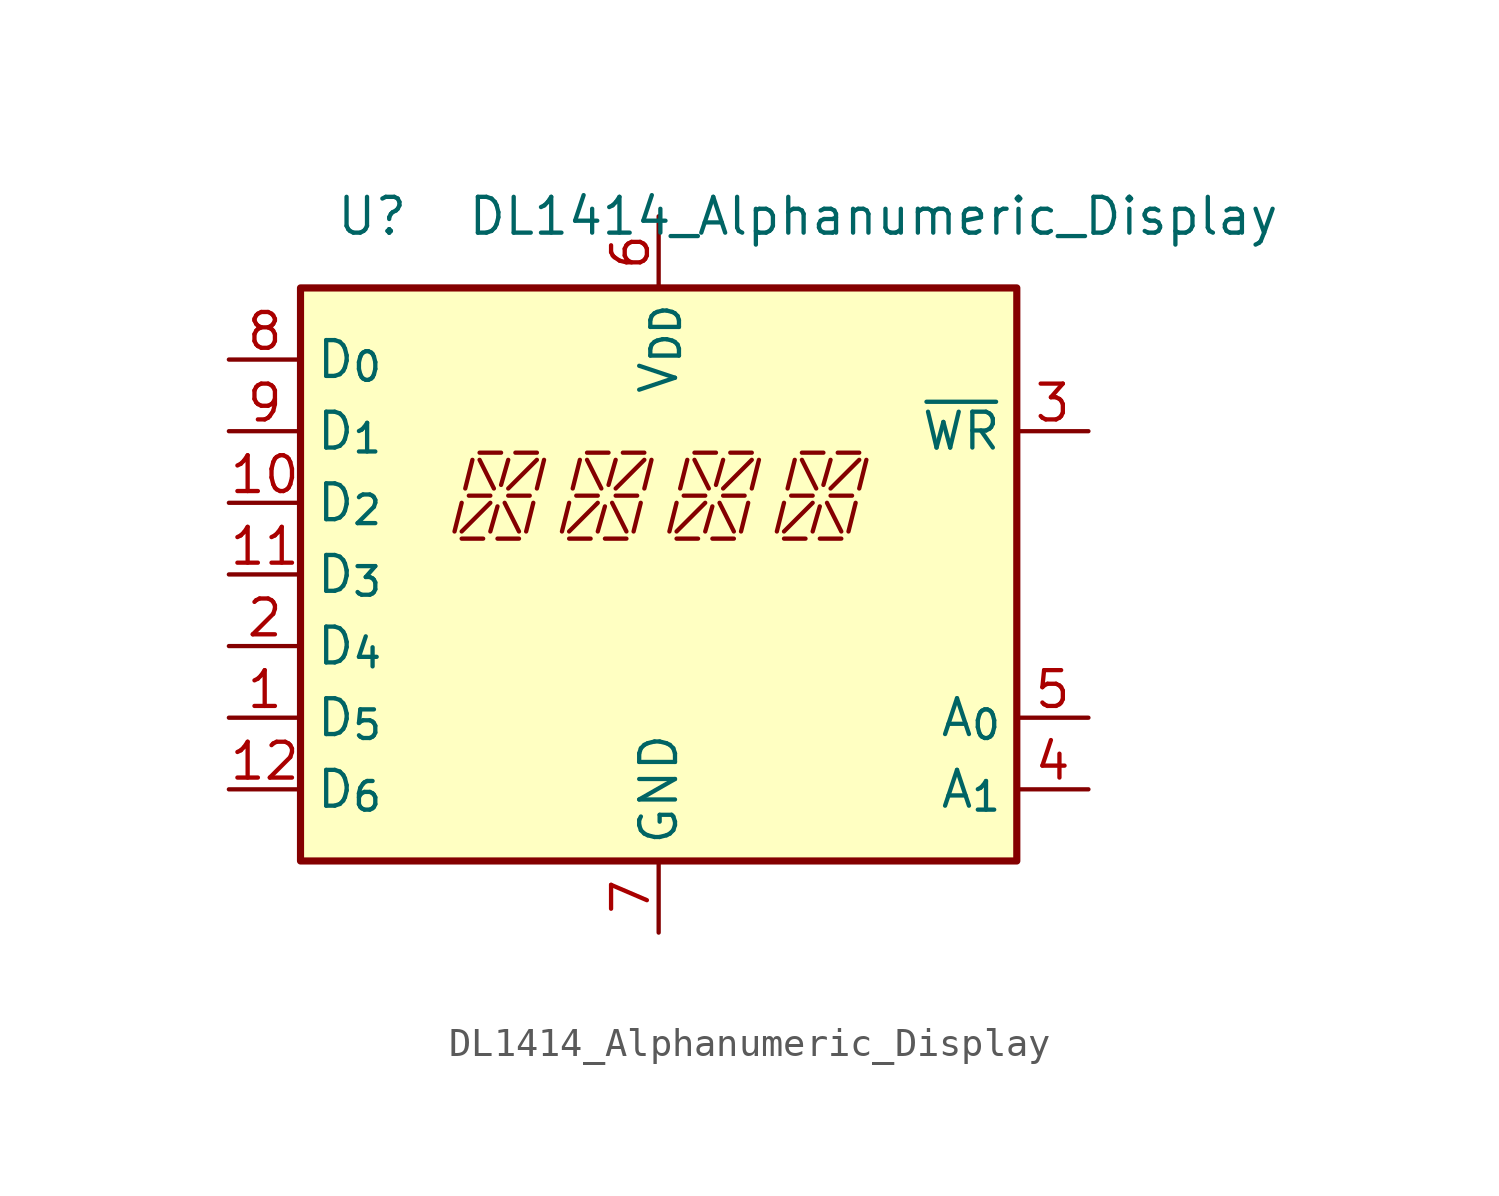
<source format=kicad_sym>
(kicad_symbol_lib
  (version 20241209)
  (generator "kicad_symbol_editor")
  (generator_version "9.0")
  (symbol "DL1414_Alphanumeric_Display"
    (property "Reference" "U"
      (at 0 0 0)
      (effects (font (size 1.27 1.27))))
    (property "Value" "DL1414_Alphanumeric_Display"
      (at 17.78 0 0)
      (effects (font (size 1.27 1.27))))
    (symbol "DL1414_Alphanumeric_Display_1_1"
      (rectangle (start -2.54 -2.54) (end 22.86 -22.86) (stroke (width 0.254) (type solid)) (fill (type background)))
      (polyline (pts (xy 3.175 -10.16) (xy 2.921 -11.176)) (stroke (width 0) (type default)) (fill (type none)))
      (polyline (pts (xy 3.175 -11.176) (xy 4.191 -10.16)) (stroke (width 0) (type default)) (fill (type none)))
      (polyline (pts (xy 3.175 -11.43) (xy 3.937 -11.43)) (stroke (width 0) (type default)) (fill (type none)))
      (polyline (pts (xy 3.429 -9.906) (xy 4.191 -9.906)) (stroke (width 0) (type default)) (fill (type none)))
      (polyline (pts (xy 3.556 -8.636) (xy 3.302 -9.652)) (stroke (width 0) (type default)) (fill (type none)))
      (polyline (pts (xy 3.81 -8.636) (xy 4.318 -9.652)) (stroke (width 0) (type default)) (fill (type none)))
      (polyline (pts (xy 4.191 -11.176) (xy 4.445 -10.287)) (stroke (width 0) (type default)) (fill (type none)))
      (polyline (pts (xy 4.445 -11.43) (xy 5.207 -11.43)) (stroke (width 0) (type default)) (fill (type none)))
      (polyline (pts (xy 4.572 -8.382) (xy 3.81 -8.382)) (stroke (width 0) (type default)) (fill (type none)))
      (polyline (pts (xy 4.826 -8.636) (xy 4.572 -9.525)) (stroke (width 0) (type default)) (fill (type none)))
      (polyline (pts (xy 5.207 -11.176) (xy 4.699 -10.16)) (stroke (width 0) (type default)) (fill (type none)))
      (polyline (pts (xy 5.588 -9.906) (xy 4.826 -9.906)) (stroke (width 0) (type default)) (fill (type none)))
      (polyline (pts (xy 5.715 -10.16) (xy 5.461 -11.176)) (stroke (width 0) (type default)) (fill (type none)))
      (polyline (pts (xy 5.842 -8.382) (xy 5.08 -8.382)) (stroke (width 0) (type default)) (fill (type none)))
      (polyline (pts (xy 5.842 -8.636) (xy 4.826 -9.652)) (stroke (width 0) (type default)) (fill (type none)))
      (polyline (pts (xy 6.096 -8.636) (xy 5.842 -9.652)) (stroke (width 0) (type default)) (fill (type none)))
      (polyline (pts (xy 6.985 -10.16) (xy 6.731 -11.176)) (stroke (width 0) (type default)) (fill (type none)))
      (polyline (pts (xy 6.985 -11.176) (xy 8.001 -10.16)) (stroke (width 0) (type default)) (fill (type none)))
      (polyline (pts (xy 6.985 -11.43) (xy 7.747 -11.43)) (stroke (width 0) (type default)) (fill (type none)))
      (polyline (pts (xy 7.239 -9.906) (xy 8.001 -9.906)) (stroke (width 0) (type default)) (fill (type none)))
      (polyline (pts (xy 7.366 -8.636) (xy 7.112 -9.652)) (stroke (width 0) (type default)) (fill (type none)))
      (polyline (pts (xy 7.62 -8.636) (xy 8.128 -9.652)) (stroke (width 0) (type default)) (fill (type none)))
      (polyline (pts (xy 8.001 -11.176) (xy 8.255 -10.287)) (stroke (width 0) (type default)) (fill (type none)))
      (polyline (pts (xy 8.255 -11.43) (xy 9.017 -11.43)) (stroke (width 0) (type default)) (fill (type none)))
      (polyline (pts (xy 8.382 -8.382) (xy 7.62 -8.382)) (stroke (width 0) (type default)) (fill (type none)))
      (polyline (pts (xy 8.636 -8.636) (xy 8.382 -9.525)) (stroke (width 0) (type default)) (fill (type none)))
      (polyline (pts (xy 9.017 -11.176) (xy 8.509 -10.16)) (stroke (width 0) (type default)) (fill (type none)))
      (polyline (pts (xy 9.398 -9.906) (xy 8.636 -9.906)) (stroke (width 0) (type default)) (fill (type none)))
      (polyline (pts (xy 9.525 -10.16) (xy 9.271 -11.176)) (stroke (width 0) (type default)) (fill (type none)))
      (polyline (pts (xy 9.652 -8.382) (xy 8.89 -8.382)) (stroke (width 0) (type default)) (fill (type none)))
      (polyline (pts (xy 9.652 -8.636) (xy 8.636 -9.652)) (stroke (width 0) (type default)) (fill (type none)))
      (polyline (pts (xy 9.906 -8.636) (xy 9.652 -9.652)) (stroke (width 0) (type default)) (fill (type none)))
      (polyline (pts (xy 10.795 -10.16) (xy 10.541 -11.176)) (stroke (width 0) (type default)) (fill (type none)))
      (polyline (pts (xy 10.795 -11.176) (xy 11.811 -10.16)) (stroke (width 0) (type default)) (fill (type none)))
      (polyline (pts (xy 10.795 -11.43) (xy 11.557 -11.43)) (stroke (width 0) (type default)) (fill (type none)))
      (polyline (pts (xy 11.049 -9.906) (xy 11.811 -9.906)) (stroke (width 0) (type default)) (fill (type none)))
      (polyline (pts (xy 11.176 -8.636) (xy 10.922 -9.652)) (stroke (width 0) (type default)) (fill (type none)))
      (polyline (pts (xy 11.43 -8.636) (xy 11.938 -9.652)) (stroke (width 0) (type default)) (fill (type none)))
      (polyline (pts (xy 11.811 -11.176) (xy 12.065 -10.287)) (stroke (width 0) (type default)) (fill (type none)))
      (polyline (pts (xy 12.065 -11.43) (xy 12.827 -11.43)) (stroke (width 0) (type default)) (fill (type none)))
      (polyline (pts (xy 12.192 -8.382) (xy 11.43 -8.382)) (stroke (width 0) (type default)) (fill (type none)))
      (polyline (pts (xy 12.446 -8.636) (xy 12.192 -9.525)) (stroke (width 0) (type default)) (fill (type none)))
      (polyline (pts (xy 12.827 -11.176) (xy 12.319 -10.16)) (stroke (width 0) (type default)) (fill (type none)))
      (polyline (pts (xy 13.208 -9.906) (xy 12.446 -9.906)) (stroke (width 0) (type default)) (fill (type none)))
      (polyline (pts (xy 13.335 -10.16) (xy 13.081 -11.176)) (stroke (width 0) (type default)) (fill (type none)))
      (polyline (pts (xy 13.462 -8.382) (xy 12.7 -8.382)) (stroke (width 0) (type default)) (fill (type none)))
      (polyline (pts (xy 13.462 -8.636) (xy 12.446 -9.652)) (stroke (width 0) (type default)) (fill (type none)))
      (polyline (pts (xy 13.716 -8.636) (xy 13.462 -9.652)) (stroke (width 0) (type default)) (fill (type none)))
      (polyline (pts (xy 14.605 -10.16) (xy 14.351 -11.176)) (stroke (width 0) (type default)) (fill (type none)))
      (polyline (pts (xy 14.605 -11.176) (xy 15.621 -10.16)) (stroke (width 0) (type default)) (fill (type none)))
      (polyline (pts (xy 14.605 -11.43) (xy 15.367 -11.43)) (stroke (width 0) (type default)) (fill (type none)))
      (polyline (pts (xy 14.859 -9.906) (xy 15.621 -9.906)) (stroke (width 0) (type default)) (fill (type none)))
      (polyline (pts (xy 14.986 -8.636) (xy 14.732 -9.652)) (stroke (width 0) (type default)) (fill (type none)))
      (polyline (pts (xy 15.24 -8.636) (xy 15.748 -9.652)) (stroke (width 0) (type default)) (fill (type none)))
      (polyline (pts (xy 15.621 -11.176) (xy 15.875 -10.287)) (stroke (width 0) (type default)) (fill (type none)))
      (polyline (pts (xy 15.875 -11.43) (xy 16.637 -11.43)) (stroke (width 0) (type default)) (fill (type none)))
      (polyline (pts (xy 16.002 -8.382) (xy 15.24 -8.382)) (stroke (width 0) (type default)) (fill (type none)))
      (polyline (pts (xy 16.256 -8.636) (xy 16.002 -9.525)) (stroke (width 0) (type default)) (fill (type none)))
      (polyline (pts (xy 16.637 -11.176) (xy 16.129 -10.16)) (stroke (width 0) (type default)) (fill (type none)))
      (polyline (pts (xy 17.018 -9.906) (xy 16.256 -9.906)) (stroke (width 0) (type default)) (fill (type none)))
      (polyline (pts (xy 17.145 -10.16) (xy 16.891 -11.176)) (stroke (width 0) (type default)) (fill (type none)))
      (polyline (pts (xy 17.272 -8.382) (xy 16.51 -8.382)) (stroke (width 0) (type default)) (fill (type none)))
      (polyline (pts (xy 17.272 -8.636) (xy 16.256 -9.652)) (stroke (width 0) (type default)) (fill (type none)))
      (polyline (pts (xy 17.526 -8.636) (xy 17.272 -9.652)) (stroke (width 0) (type default)) (fill (type none)))
      (pin input line (at -5.08 -5.08 0) (length 2.54) (name "D_{0}" (effects (font (size 1.27 1.27)))) (number "8" (effects (font (size 1.27 1.27)))))
      (pin input line (at -5.08 -7.62 0) (length 2.54) (name "D_{1}" (effects (font (size 1.27 1.27)))) (number "9" (effects (font (size 1.27 1.27)))))
      (pin input line (at -5.08 -10.16 0) (length 2.54) (name "D_{2}" (effects (font (size 1.27 1.27)))) (number "10" (effects (font (size 1.27 1.27)))))
      (pin input line (at -5.08 -12.7 0) (length 2.54) (name "D_{3}" (effects (font (size 1.27 1.27)))) (number "11" (effects (font (size 1.27 1.27)))))
      (pin input line (at -5.08 -15.24 0) (length 2.54) (name "D_{4}" (effects (font (size 1.27 1.27)))) (number "2" (effects (font (size 1.27 1.27)))))
      (pin input line (at -5.08 -17.78 0) (length 2.54) (name "D_{5}" (effects (font (size 1.27 1.27)))) (number "1" (effects (font (size 1.27 1.27)))))
      (pin input line (at -5.08 -20.32 0) (length 2.54) (name "D_{6}" (effects (font (size 1.27 1.27)))) (number "12" (effects (font (size 1.27 1.27)))))
      (pin power_in line (at 10.16 0 270) (length 2.54) (name "V_{DD}" (effects (font (size 1.27 1.27)))) (number "6" (effects (font (size 1.27 1.27)))))
      (pin power_in line (at 10.16 -25.4 90) (length 2.54) (name "GND" (effects (font (size 1.27 1.27)))) (number "7" (effects (font (size 1.27 1.27)))))
      (pin input line (at 25.4 -7.62 180) (length 2.54) (name "~{WR}" (effects (font (size 1.27 1.27)))) (number "3" (effects (font (size 1.27 1.27)))))
      (pin input line (at 25.4 -17.78 180) (length 2.54) (name "A_{0}" (effects (font (size 1.27 1.27)))) (number "5" (effects (font (size 1.27 1.27)))))
      (pin input line (at 25.4 -20.32 180) (length 2.54) (name "A_{1}" (effects (font (size 1.27 1.27)))) (number "4" (effects (font (size 1.27 1.27))))))))
</source>
